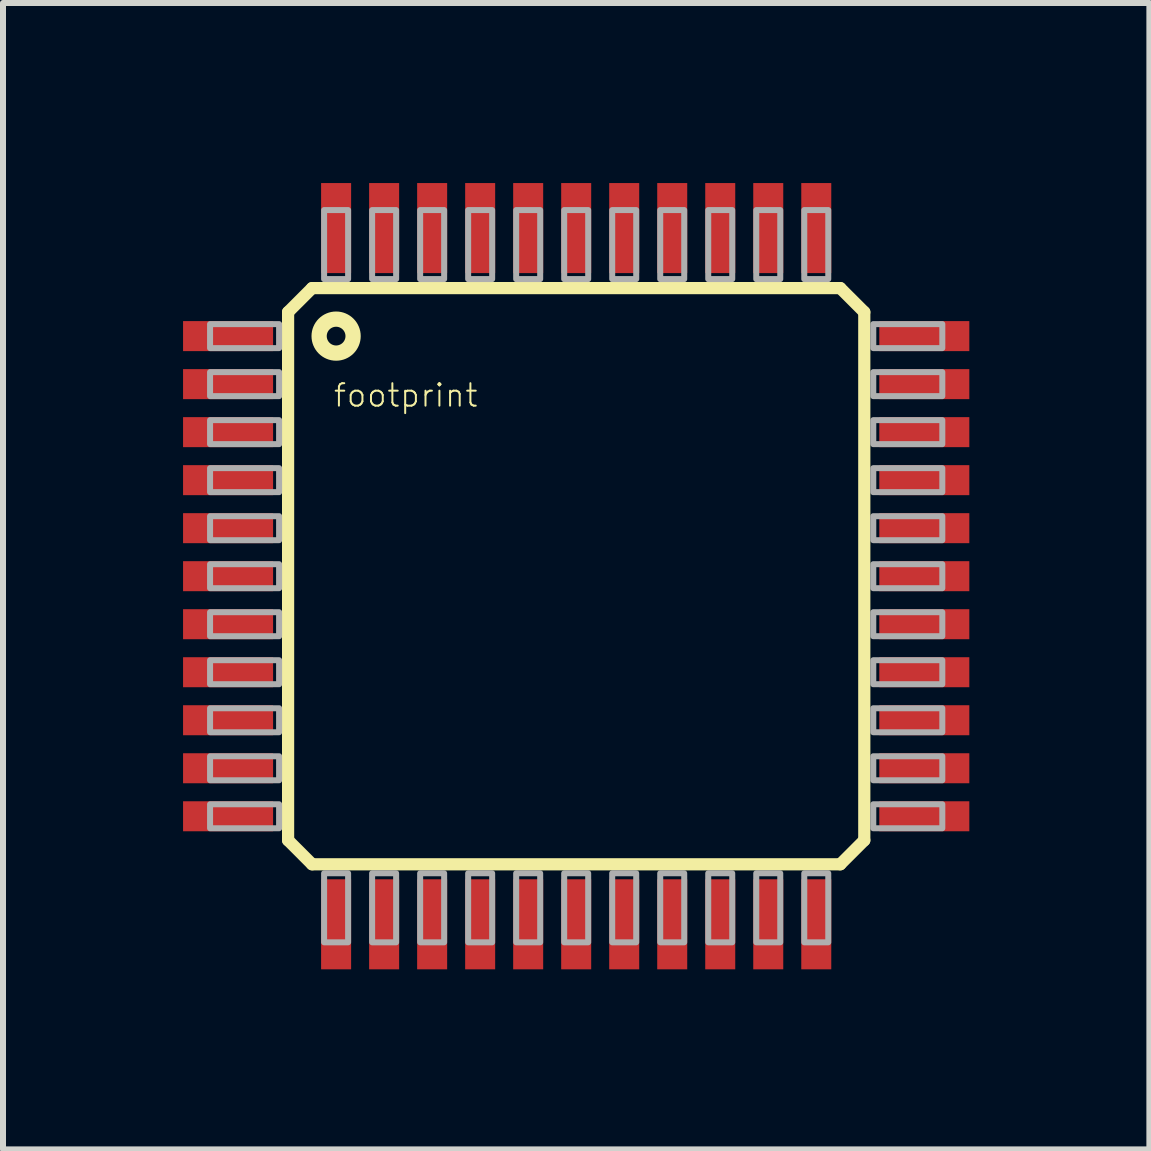
<source format=kicad_pcb>
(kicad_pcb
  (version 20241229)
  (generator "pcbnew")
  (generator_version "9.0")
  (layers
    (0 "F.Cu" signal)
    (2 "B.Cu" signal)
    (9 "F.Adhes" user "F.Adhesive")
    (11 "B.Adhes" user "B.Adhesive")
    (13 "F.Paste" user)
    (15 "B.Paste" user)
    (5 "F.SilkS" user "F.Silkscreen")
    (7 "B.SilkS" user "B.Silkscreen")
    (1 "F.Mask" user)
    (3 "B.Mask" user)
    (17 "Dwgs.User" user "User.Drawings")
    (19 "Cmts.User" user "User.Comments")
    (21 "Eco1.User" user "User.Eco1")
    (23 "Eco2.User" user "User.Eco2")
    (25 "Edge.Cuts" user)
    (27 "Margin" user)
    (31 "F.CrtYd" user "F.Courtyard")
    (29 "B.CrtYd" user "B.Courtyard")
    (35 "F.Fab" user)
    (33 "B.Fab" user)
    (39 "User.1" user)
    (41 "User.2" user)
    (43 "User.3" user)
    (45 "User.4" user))
  (footprint "footprint"
    (layer "F.Cu")
    (at 6.55 6.55)
    (property "Reference" "footprint" (at -4.064 -2.794 0) (layer "F.SilkS") (effects (font (size 0.374 0.374) (thickness 0.033)) (justify left bottom)))
    (fp_line (start -4.8 -4.4) (end -4.4 -4.8) (stroke (width 0.203) (type solid)) (layer "F.SilkS"))
    (fp_line (start -4.8 4.4) (end -4.8 -4.4) (stroke (width 0.203) (type solid)) (layer "F.SilkS"))
    (fp_line (start -4.4 -4.8) (end 4.4 -4.8) (stroke (width 0.203) (type solid)) (layer "F.SilkS"))
    (fp_line (start -4.4 4.8) (end -4.8 4.4) (stroke (width 0.203) (type solid)) (layer "F.SilkS"))
    (fp_line (start 4.4 -4.8) (end 4.8 -4.4) (stroke (width 0.203) (type solid)) (layer "F.SilkS"))
    (fp_line (start 4.4 4.8) (end -4.4 4.8) (stroke (width 0.203) (type solid)) (layer "F.SilkS"))
    (fp_line (start 4.8 -4.4) (end 4.8 4.4) (stroke (width 0.203) (type solid)) (layer "F.SilkS"))
    (fp_line (start 4.8 4.4) (end 4.4 4.8) (stroke (width 0.203) (type solid)) (layer "F.SilkS"))
    (fp_circle (center -4 -4) (end -3.717 -4) (stroke (width 0.254) (type solid)) (fill no) (layer "F.SilkS"))
    (fp_poly (pts (xy -6.1 -3.8) (xy -4.95 -3.8) (xy -4.95 -4.2) (xy -6.1 -4.2)) (stroke (width 0.1) (type solid)) (fill no) (layer "F.Fab"))
    (fp_poly (pts (xy -6.1 -3) (xy -4.95 -3) (xy -4.95 -3.4) (xy -6.1 -3.4)) (stroke (width 0.1) (type solid)) (fill no) (layer "F.Fab"))
    (fp_poly (pts (xy -6.1 -2.2) (xy -4.95 -2.2) (xy -4.95 -2.6) (xy -6.1 -2.6)) (stroke (width 0.1) (type solid)) (fill no) (layer "F.Fab"))
    (fp_poly (pts (xy -6.1 -1.4) (xy -4.95 -1.4) (xy -4.95 -1.8) (xy -6.1 -1.8)) (stroke (width 0.1) (type solid)) (fill no) (layer "F.Fab"))
    (fp_poly (pts (xy -6.1 -0.6) (xy -4.95 -0.6) (xy -4.95 -1) (xy -6.1 -1)) (stroke (width 0.1) (type solid)) (fill no) (layer "F.Fab"))
    (fp_poly (pts (xy -6.1 0.2) (xy -4.95 0.2) (xy -4.95 -0.2) (xy -6.1 -0.2)) (stroke (width 0.1) (type solid)) (fill no) (layer "F.Fab"))
    (fp_poly (pts (xy -6.1 1) (xy -4.95 1) (xy -4.95 0.6) (xy -6.1 0.6)) (stroke (width 0.1) (type solid)) (fill no) (layer "F.Fab"))
    (fp_poly (pts (xy -6.1 1.8) (xy -4.95 1.8) (xy -4.95 1.4) (xy -6.1 1.4)) (stroke (width 0.1) (type solid)) (fill no) (layer "F.Fab"))
    (fp_poly (pts (xy -6.1 2.6) (xy -4.95 2.6) (xy -4.95 2.2) (xy -6.1 2.2)) (stroke (width 0.1) (type solid)) (fill no) (layer "F.Fab"))
    (fp_poly (pts (xy -6.1 3.4) (xy -4.95 3.4) (xy -4.95 3) (xy -6.1 3)) (stroke (width 0.1) (type solid)) (fill no) (layer "F.Fab"))
    (fp_poly (pts (xy -6.1 4.2) (xy -4.95 4.2) (xy -4.95 3.8) (xy -6.1 3.8)) (stroke (width 0.1) (type solid)) (fill no) (layer "F.Fab"))
    (fp_poly (pts (xy -4.2 -4.95) (xy -3.8 -4.95) (xy -3.8 -6.1) (xy -4.2 -6.1)) (stroke (width 0.1) (type solid)) (fill no) (layer "F.Fab"))
    (fp_poly (pts (xy -4.2 6.1) (xy -3.8 6.1) (xy -3.8 4.95) (xy -4.2 4.95)) (stroke (width 0.1) (type solid)) (fill no) (layer "F.Fab"))
    (fp_poly (pts (xy -3.4 -4.95) (xy -3 -4.95) (xy -3 -6.1) (xy -3.4 -6.1)) (stroke (width 0.1) (type solid)) (fill no) (layer "F.Fab"))
    (fp_poly (pts (xy -3.4 6.1) (xy -3 6.1) (xy -3 4.95) (xy -3.4 4.95)) (stroke (width 0.1) (type solid)) (fill no) (layer "F.Fab"))
    (fp_poly (pts (xy -2.6 -4.95) (xy -2.2 -4.95) (xy -2.2 -6.1) (xy -2.6 -6.1)) (stroke (width 0.1) (type solid)) (fill no) (layer "F.Fab"))
    (fp_poly (pts (xy -2.6 6.1) (xy -2.2 6.1) (xy -2.2 4.95) (xy -2.6 4.95)) (stroke (width 0.1) (type solid)) (fill no) (layer "F.Fab"))
    (fp_poly (pts (xy -1.8 -4.95) (xy -1.4 -4.95) (xy -1.4 -6.1) (xy -1.8 -6.1)) (stroke (width 0.1) (type solid)) (fill no) (layer "F.Fab"))
    (fp_poly (pts (xy -1.8 6.1) (xy -1.4 6.1) (xy -1.4 4.95) (xy -1.8 4.95)) (stroke (width 0.1) (type solid)) (fill no) (layer "F.Fab"))
    (fp_poly (pts (xy -1 -4.95) (xy -0.6 -4.95) (xy -0.6 -6.1) (xy -1 -6.1)) (stroke (width 0.1) (type solid)) (fill no) (layer "F.Fab"))
    (fp_poly (pts (xy -1 6.1) (xy -0.6 6.1) (xy -0.6 4.95) (xy -1 4.95)) (stroke (width 0.1) (type solid)) (fill no) (layer "F.Fab"))
    (fp_poly (pts (xy -0.2 -4.95) (xy 0.2 -4.95) (xy 0.2 -6.1) (xy -0.2 -6.1)) (stroke (width 0.1) (type solid)) (fill no) (layer "F.Fab"))
    (fp_poly (pts (xy -0.2 6.1) (xy 0.2 6.1) (xy 0.2 4.95) (xy -0.2 4.95)) (stroke (width 0.1) (type solid)) (fill no) (layer "F.Fab"))
    (fp_poly (pts (xy 0.6 -4.95) (xy 1 -4.95) (xy 1 -6.1) (xy 0.6 -6.1)) (stroke (width 0.1) (type solid)) (fill no) (layer "F.Fab"))
    (fp_poly (pts (xy 0.6 6.1) (xy 1 6.1) (xy 1 4.95) (xy 0.6 4.95)) (stroke (width 0.1) (type solid)) (fill no) (layer "F.Fab"))
    (fp_poly (pts (xy 1.4 -4.95) (xy 1.8 -4.95) (xy 1.8 -6.1) (xy 1.4 -6.1)) (stroke (width 0.1) (type solid)) (fill no) (layer "F.Fab"))
    (fp_poly (pts (xy 1.4 6.1) (xy 1.8 6.1) (xy 1.8 4.95) (xy 1.4 4.95)) (stroke (width 0.1) (type solid)) (fill no) (layer "F.Fab"))
    (fp_poly (pts (xy 2.2 -4.95) (xy 2.6 -4.95) (xy 2.6 -6.1) (xy 2.2 -6.1)) (stroke (width 0.1) (type solid)) (fill no) (layer "F.Fab"))
    (fp_poly (pts (xy 2.2 6.1) (xy 2.6 6.1) (xy 2.6 4.95) (xy 2.2 4.95)) (stroke (width 0.1) (type solid)) (fill no) (layer "F.Fab"))
    (fp_poly (pts (xy 3 -4.95) (xy 3.4 -4.95) (xy 3.4 -6.1) (xy 3 -6.1)) (stroke (width 0.1) (type solid)) (fill no) (layer "F.Fab"))
    (fp_poly (pts (xy 3 6.1) (xy 3.4 6.1) (xy 3.4 4.95) (xy 3 4.95)) (stroke (width 0.1) (type solid)) (fill no) (layer "F.Fab"))
    (fp_poly (pts (xy 3.8 -4.95) (xy 4.2 -4.95) (xy 4.2 -6.1) (xy 3.8 -6.1)) (stroke (width 0.1) (type solid)) (fill no) (layer "F.Fab"))
    (fp_poly (pts (xy 3.8 6.1) (xy 4.2 6.1) (xy 4.2 4.95) (xy 3.8 4.95)) (stroke (width 0.1) (type solid)) (fill no) (layer "F.Fab"))
    (fp_poly (pts (xy 4.95 -3.8) (xy 6.1 -3.8) (xy 6.1 -4.2) (xy 4.95 -4.2)) (stroke (width 0.1) (type solid)) (fill no) (layer "F.Fab"))
    (fp_poly (pts (xy 4.95 -3) (xy 6.1 -3) (xy 6.1 -3.4) (xy 4.95 -3.4)) (stroke (width 0.1) (type solid)) (fill no) (layer "F.Fab"))
    (fp_poly (pts (xy 4.95 -2.2) (xy 6.1 -2.2) (xy 6.1 -2.6) (xy 4.95 -2.6)) (stroke (width 0.1) (type solid)) (fill no) (layer "F.Fab"))
    (fp_poly (pts (xy 4.95 -1.4) (xy 6.1 -1.4) (xy 6.1 -1.8) (xy 4.95 -1.8)) (stroke (width 0.1) (type solid)) (fill no) (layer "F.Fab"))
    (fp_poly (pts (xy 4.95 -0.6) (xy 6.1 -0.6) (xy 6.1 -1) (xy 4.95 -1)) (stroke (width 0.1) (type solid)) (fill no) (layer "F.Fab"))
    (fp_poly (pts (xy 4.95 0.2) (xy 6.1 0.2) (xy 6.1 -0.2) (xy 4.95 -0.2)) (stroke (width 0.1) (type solid)) (fill no) (layer "F.Fab"))
    (fp_poly (pts (xy 4.95 1) (xy 6.1 1) (xy 6.1 0.6) (xy 4.95 0.6)) (stroke (width 0.1) (type solid)) (fill no) (layer "F.Fab"))
    (fp_poly (pts (xy 4.95 1.8) (xy 6.1 1.8) (xy 6.1 1.4) (xy 4.95 1.4)) (stroke (width 0.1) (type solid)) (fill no) (layer "F.Fab"))
    (fp_poly (pts (xy 4.95 2.6) (xy 6.1 2.6) (xy 6.1 2.2) (xy 4.95 2.2)) (stroke (width 0.1) (type solid)) (fill no) (layer "F.Fab"))
    (fp_poly (pts (xy 4.95 3.4) (xy 6.1 3.4) (xy 6.1 3) (xy 4.95 3)) (stroke (width 0.1) (type solid)) (fill no) (layer "F.Fab"))
    (fp_poly (pts (xy 4.95 4.2) (xy 6.1 4.2) (xy 6.1 3.8) (xy 4.95 3.8)) (stroke (width 0.1) (type solid)) (fill no) (layer "F.Fab"))
    (pad "1" smd rect (at -5.8 -4) (size 1.5 0.5) (layers "F.Cu" "F.Mask" "F.Paste"))
    (pad "2" smd rect (at -5.8 -3.2) (size 1.5 0.5) (layers "F.Cu" "F.Mask" "F.Paste"))
    (pad "3" smd rect (at -5.8 -2.4) (size 1.5 0.5) (layers "F.Cu" "F.Mask" "F.Paste"))
    (pad "4" smd rect (at -5.8 -1.6) (size 1.5 0.5) (layers "F.Cu" "F.Mask" "F.Paste"))
    (pad "5" smd rect (at -5.8 -0.8) (size 1.5 0.5) (layers "F.Cu" "F.Mask" "F.Paste"))
    (pad "6" smd rect (at -5.8 0) (size 1.5 0.5) (layers "F.Cu" "F.Mask" "F.Paste"))
    (pad "7" smd rect (at -5.8 0.8) (size 1.5 0.5) (layers "F.Cu" "F.Mask" "F.Paste"))
    (pad "8" smd rect (at -5.8 1.6) (size 1.5 0.5) (layers "F.Cu" "F.Mask" "F.Paste"))
    (pad "9" smd rect (at -5.8 2.4) (size 1.5 0.5) (layers "F.Cu" "F.Mask" "F.Paste"))
    (pad "10" smd rect (at -5.8 3.2) (size 1.5 0.5) (layers "F.Cu" "F.Mask" "F.Paste"))
    (pad "11" smd rect (at -5.8 4) (size 1.5 0.5) (layers "F.Cu" "F.Mask" "F.Paste"))
    (pad "12" smd rect (at -4 5.8) (size 0.5 1.5) (layers "F.Cu" "F.Mask" "F.Paste"))
    (pad "13" smd rect (at -3.2 5.8) (size 0.5 1.5) (layers "F.Cu" "F.Mask" "F.Paste"))
    (pad "14" smd rect (at -2.4 5.8) (size 0.5 1.5) (layers "F.Cu" "F.Mask" "F.Paste"))
    (pad "15" smd rect (at -1.6 5.8) (size 0.5 1.5) (layers "F.Cu" "F.Mask" "F.Paste"))
    (pad "16" smd rect (at -0.8 5.8) (size 0.5 1.5) (layers "F.Cu" "F.Mask" "F.Paste"))
    (pad "17" smd rect (at 0 5.8) (size 0.5 1.5) (layers "F.Cu" "F.Mask" "F.Paste"))
    (pad "18" smd rect (at 0.8 5.8) (size 0.5 1.5) (layers "F.Cu" "F.Mask" "F.Paste"))
    (pad "19" smd rect (at 1.6 5.8) (size 0.5 1.5) (layers "F.Cu" "F.Mask" "F.Paste"))
    (pad "20" smd rect (at 2.4 5.8) (size 0.5 1.5) (layers "F.Cu" "F.Mask" "F.Paste"))
    (pad "21" smd rect (at 3.2 5.8) (size 0.5 1.5) (layers "F.Cu" "F.Mask" "F.Paste"))
    (pad "22" smd rect (at 4 5.8) (size 0.5 1.5) (layers "F.Cu" "F.Mask" "F.Paste"))
    (pad "23" smd rect (at 5.8 4) (size 1.5 0.5) (layers "F.Cu" "F.Mask" "F.Paste"))
    (pad "24" smd rect (at 5.8 3.2) (size 1.5 0.5) (layers "F.Cu" "F.Mask" "F.Paste"))
    (pad "25" smd rect (at 5.8 2.4) (size 1.5 0.5) (layers "F.Cu" "F.Mask" "F.Paste"))
    (pad "26" smd rect (at 5.8 1.6) (size 1.5 0.5) (layers "F.Cu" "F.Mask" "F.Paste"))
    (pad "27" smd rect (at 5.8 0.8) (size 1.5 0.5) (layers "F.Cu" "F.Mask" "F.Paste"))
    (pad "28" smd rect (at 5.8 0) (size 1.5 0.5) (layers "F.Cu" "F.Mask" "F.Paste"))
    (pad "29" smd rect (at 5.8 -0.8) (size 1.5 0.5) (layers "F.Cu" "F.Mask" "F.Paste"))
    (pad "30" smd rect (at 5.8 -1.6) (size 1.5 0.5) (layers "F.Cu" "F.Mask" "F.Paste"))
    (pad "31" smd rect (at 5.8 -2.4) (size 1.5 0.5) (layers "F.Cu" "F.Mask" "F.Paste"))
    (pad "32" smd rect (at 5.8 -3.2) (size 1.5 0.5) (layers "F.Cu" "F.Mask" "F.Paste"))
    (pad "33" smd rect (at 5.8 -4) (size 1.5 0.5) (layers "F.Cu" "F.Mask" "F.Paste"))
    (pad "34" smd rect (at 4 -5.8) (size 0.5 1.5) (layers "F.Cu" "F.Mask" "F.Paste"))
    (pad "35" smd rect (at 3.2 -5.8) (size 0.5 1.5) (layers "F.Cu" "F.Mask" "F.Paste"))
    (pad "36" smd rect (at 2.4 -5.8) (size 0.5 1.5) (layers "F.Cu" "F.Mask" "F.Paste"))
    (pad "37" smd rect (at 1.6 -5.8) (size 0.5 1.5) (layers "F.Cu" "F.Mask" "F.Paste"))
    (pad "38" smd rect (at 0.8 -5.8) (size 0.5 1.5) (layers "F.Cu" "F.Mask" "F.Paste"))
    (pad "39" smd rect (at 0 -5.8) (size 0.5 1.5) (layers "F.Cu" "F.Mask" "F.Paste"))
    (pad "40" smd rect (at -0.8 -5.8) (size 0.5 1.5) (layers "F.Cu" "F.Mask" "F.Paste"))
    (pad "41" smd rect (at -1.6 -5.8) (size 0.5 1.5) (layers "F.Cu" "F.Mask" "F.Paste"))
    (pad "42" smd rect (at -2.4 -5.8) (size 0.5 1.5) (layers "F.Cu" "F.Mask" "F.Paste"))
    (pad "43" smd rect (at -3.2 -5.8) (size 0.5 1.5) (layers "F.Cu" "F.Mask" "F.Paste"))
    (pad "44" smd rect (at -4 -5.8) (size 0.5 1.5) (layers "F.Cu" "F.Mask" "F.Paste")))
  (gr_rect
    (start -3 -3)
    (end 16.1 16.1)
    (stroke (width 0.1) (type default))
    (fill no)
    (layer "Edge.Cuts")))
</source>
